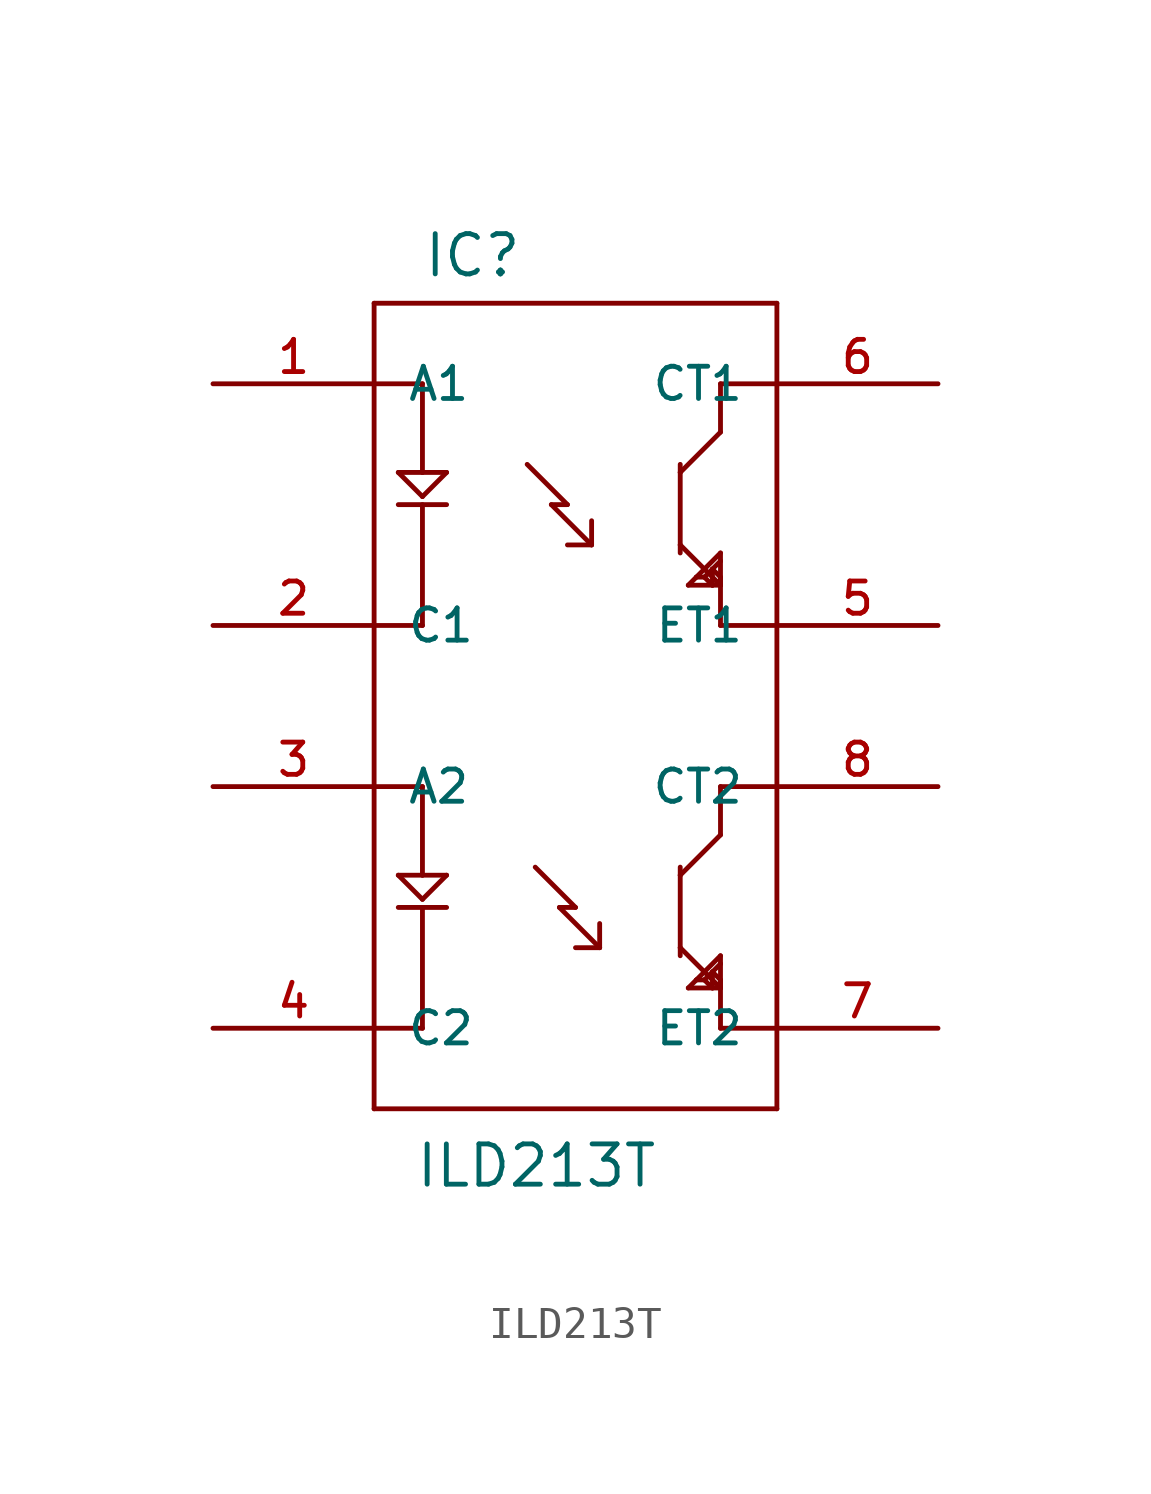
<source format=kicad_sym>
(kicad_symbol_lib
  (version 20211014)
  (generator kicad_symbol_editor)
  (symbol "ILD213T"
    (pin_names
      (offset 1.016))
    (property "Reference" "IC"
      (at 1.524 26.162 0)
      (effects (font (size 1.27 1.27)) (justify left bottom)))
    (property "Value" "ILD213T"
      (at 1.27 -2.54 0)
      (effects (font (size 1.27 1.27)) (justify left bottom)))
    (property "ki_locked" ""
      (at 0 0 0)
      (effects (font (size 1.27 1.27))))
    (symbol "ILD213T_1_0"
      (polyline (pts (xy 0 0) (xy 12.7 0)) (stroke (width 0) (type default) (color 0 0 0 0)) (fill (type none)))
      (polyline (pts (xy 0 10.16) (xy 1.524 10.16)) (stroke (width 0) (type default) (color 0 0 0 0)) (fill (type none)))
      (polyline (pts (xy 0 15.24) (xy 0 0)) (stroke (width 0) (type default) (color 0 0 0 0)) (fill (type none)))
      (polyline (pts (xy 0 22.86) (xy 0 15.24)) (stroke (width 0) (type default) (color 0 0 0 0)) (fill (type none)))
      (polyline (pts (xy 0 22.86) (xy 1.524 22.86)) (stroke (width 0) (type default) (color 0 0 0 0)) (fill (type none)))
      (polyline (pts (xy 0 25.4) (xy 0 22.86)) (stroke (width 0) (type default) (color 0 0 0 0)) (fill (type none)))
      (polyline (pts (xy 0.762 6.35) (xy 2.286 6.35)) (stroke (width 0) (type default) (color 0 0 0 0)) (fill (type none)))
      (polyline (pts (xy 0.762 7.366) (xy 1.524 6.604)) (stroke (width 0) (type default) (color 0 0 0 0)) (fill (type none)))
      (polyline (pts (xy 0.762 19.05) (xy 2.286 19.05)) (stroke (width 0) (type default) (color 0 0 0 0)) (fill (type none)))
      (polyline (pts (xy 0.762 20.066) (xy 1.524 19.304)) (stroke (width 0) (type default) (color 0 0 0 0)) (fill (type none)))
      (polyline (pts (xy 1.524 2.54) (xy 0 2.54)) (stroke (width 0) (type default) (color 0 0 0 0)) (fill (type none)))
      (polyline (pts (xy 1.524 6.35) (xy 1.524 2.54)) (stroke (width 0) (type default) (color 0 0 0 0)) (fill (type none)))
      (polyline (pts (xy 1.524 6.604) (xy 2.286 7.366)) (stroke (width 0) (type default) (color 0 0 0 0)) (fill (type none)))
      (polyline (pts (xy 1.524 7.366) (xy 0.762 7.366)) (stroke (width 0) (type default) (color 0 0 0 0)) (fill (type none)))
      (polyline (pts (xy 1.524 7.366) (xy 2.286 7.366)) (stroke (width 0) (type default) (color 0 0 0 0)) (fill (type none)))
      (polyline (pts (xy 1.524 10.16) (xy 1.524 7.366)) (stroke (width 0) (type default) (color 0 0 0 0)) (fill (type none)))
      (polyline (pts (xy 1.524 15.24) (xy 0 15.24)) (stroke (width 0) (type default) (color 0 0 0 0)) (fill (type none)))
      (polyline (pts (xy 1.524 19.05) (xy 1.524 15.24)) (stroke (width 0) (type default) (color 0 0 0 0)) (fill (type none)))
      (polyline (pts (xy 1.524 19.304) (xy 2.286 20.066)) (stroke (width 0) (type default) (color 0 0 0 0)) (fill (type none)))
      (polyline (pts (xy 1.524 20.066) (xy 0.762 20.066)) (stroke (width 0) (type default) (color 0 0 0 0)) (fill (type none)))
      (polyline (pts (xy 1.524 20.066) (xy 2.286 20.066)) (stroke (width 0) (type default) (color 0 0 0 0)) (fill (type none)))
      (polyline (pts (xy 1.524 22.86) (xy 1.524 20.066)) (stroke (width 0) (type default) (color 0 0 0 0)) (fill (type none)))
      (polyline (pts (xy 4.826 20.32) (xy 6.096 19.05)) (stroke (width 0) (type default) (color 0 0 0 0)) (fill (type none)))
      (polyline (pts (xy 5.08 7.62) (xy 6.35 6.35)) (stroke (width 0) (type default) (color 0 0 0 0)) (fill (type none)))
      (polyline (pts (xy 5.588 19.05) (xy 6.858 17.78)) (stroke (width 0) (type default) (color 0 0 0 0)) (fill (type none)))
      (polyline (pts (xy 5.842 6.35) (xy 7.112 5.08)) (stroke (width 0) (type default) (color 0 0 0 0)) (fill (type none)))
      (polyline (pts (xy 6.096 19.05) (xy 5.588 19.05)) (stroke (width 0) (type default) (color 0 0 0 0)) (fill (type none)))
      (polyline (pts (xy 6.35 6.35) (xy 5.842 6.35)) (stroke (width 0) (type default) (color 0 0 0 0)) (fill (type none)))
      (polyline (pts (xy 6.858 17.78) (xy 6.096 17.78)) (stroke (width 0) (type default) (color 0 0 0 0)) (fill (type none)))
      (polyline (pts (xy 6.858 17.78) (xy 6.858 18.542)) (stroke (width 0) (type default) (color 0 0 0 0)) (fill (type none)))
      (polyline (pts (xy 7.112 5.08) (xy 6.35 5.08)) (stroke (width 0) (type default) (color 0 0 0 0)) (fill (type none)))
      (polyline (pts (xy 7.112 5.08) (xy 7.112 5.842)) (stroke (width 0) (type default) (color 0 0 0 0)) (fill (type none)))
      (polyline (pts (xy 9.652 5.08) (xy 9.652 4.826)) (stroke (width 0) (type default) (color 0 0 0 0)) (fill (type none)))
      (polyline (pts (xy 9.652 5.08) (xy 10.922 3.81)) (stroke (width 0) (type default) (color 0 0 0 0)) (fill (type none)))
      (polyline (pts (xy 9.652 7.366) (xy 9.652 5.08)) (stroke (width 0) (type default) (color 0 0 0 0)) (fill (type none)))
      (polyline (pts (xy 9.652 7.366) (xy 9.652 7.62)) (stroke (width 0) (type default) (color 0 0 0 0)) (fill (type none)))
      (polyline (pts (xy 9.652 17.78) (xy 9.652 17.526)) (stroke (width 0) (type default) (color 0 0 0 0)) (fill (type none)))
      (polyline (pts (xy 9.652 17.78) (xy 10.922 16.51)) (stroke (width 0) (type default) (color 0 0 0 0)) (fill (type none)))
      (polyline (pts (xy 9.652 20.066) (xy 9.652 17.78)) (stroke (width 0) (type default) (color 0 0 0 0)) (fill (type none)))
      (polyline (pts (xy 9.652 20.066) (xy 9.652 20.32)) (stroke (width 0) (type default) (color 0 0 0 0)) (fill (type none)))
      (polyline (pts (xy 9.906 3.81) (xy 10.668 3.81)) (stroke (width 0) (type default) (color 0 0 0 0)) (fill (type none)))
      (polyline (pts (xy 9.906 16.51) (xy 10.668 16.51)) (stroke (width 0) (type default) (color 0 0 0 0)) (fill (type none)))
      (polyline (pts (xy 10.16 4.064) (xy 9.906 3.81)) (stroke (width 0) (type default) (color 0 0 0 0)) (fill (type none)))
      (polyline (pts (xy 10.16 4.064) (xy 10.414 4.064)) (stroke (width 0) (type default) (color 0 0 0 0)) (fill (type none)))
      (polyline (pts (xy 10.16 16.764) (xy 9.906 16.51)) (stroke (width 0) (type default) (color 0 0 0 0)) (fill (type none)))
      (polyline (pts (xy 10.16 16.764) (xy 10.414 16.764)) (stroke (width 0) (type default) (color 0 0 0 0)) (fill (type none)))
      (polyline (pts (xy 10.414 4.064) (xy 10.668 3.81)) (stroke (width 0) (type default) (color 0 0 0 0)) (fill (type none)))
      (polyline (pts (xy 10.414 16.764) (xy 10.668 16.51)) (stroke (width 0) (type default) (color 0 0 0 0)) (fill (type none)))
      (polyline (pts (xy 10.668 3.81) (xy 10.668 4.318)) (stroke (width 0) (type default) (color 0 0 0 0)) (fill (type none)))
      (polyline (pts (xy 10.668 3.81) (xy 10.922 3.81)) (stroke (width 0) (type default) (color 0 0 0 0)) (fill (type none)))
      (polyline (pts (xy 10.668 4.318) (xy 10.414 4.064)) (stroke (width 0) (type default) (color 0 0 0 0)) (fill (type none)))
      (polyline (pts (xy 10.668 4.318) (xy 10.922 4.572)) (stroke (width 0) (type default) (color 0 0 0 0)) (fill (type none)))
      (polyline (pts (xy 10.668 16.51) (xy 10.668 17.018)) (stroke (width 0) (type default) (color 0 0 0 0)) (fill (type none)))
      (polyline (pts (xy 10.668 16.51) (xy 10.922 16.51)) (stroke (width 0) (type default) (color 0 0 0 0)) (fill (type none)))
      (polyline (pts (xy 10.668 17.018) (xy 10.414 16.764)) (stroke (width 0) (type default) (color 0 0 0 0)) (fill (type none)))
      (polyline (pts (xy 10.668 17.018) (xy 10.922 17.272)) (stroke (width 0) (type default) (color 0 0 0 0)) (fill (type none)))
      (polyline (pts (xy 10.922 2.54) (xy 12.7 2.54)) (stroke (width 0) (type default) (color 0 0 0 0)) (fill (type none)))
      (polyline (pts (xy 10.922 3.81) (xy 10.922 2.54)) (stroke (width 0) (type default) (color 0 0 0 0)) (fill (type none)))
      (polyline (pts (xy 10.922 3.81) (xy 10.922 4.064)) (stroke (width 0) (type default) (color 0 0 0 0)) (fill (type none)))
      (polyline (pts (xy 10.922 3.81) (xy 10.922 4.572)) (stroke (width 0) (type default) (color 0 0 0 0)) (fill (type none)))
      (polyline (pts (xy 10.922 4.064) (xy 10.668 4.318)) (stroke (width 0) (type default) (color 0 0 0 0)) (fill (type none)))
      (polyline (pts (xy 10.922 4.572) (xy 10.922 4.826)) (stroke (width 0) (type default) (color 0 0 0 0)) (fill (type none)))
      (polyline (pts (xy 10.922 4.826) (xy 10.16 4.064)) (stroke (width 0) (type default) (color 0 0 0 0)) (fill (type none)))
      (polyline (pts (xy 10.922 8.636) (xy 9.652 7.366)) (stroke (width 0) (type default) (color 0 0 0 0)) (fill (type none)))
      (polyline (pts (xy 10.922 10.16) (xy 10.922 8.636)) (stroke (width 0) (type default) (color 0 0 0 0)) (fill (type none)))
      (polyline (pts (xy 10.922 15.24) (xy 12.7 15.24)) (stroke (width 0) (type default) (color 0 0 0 0)) (fill (type none)))
      (polyline (pts (xy 10.922 16.51) (xy 10.922 15.24)) (stroke (width 0) (type default) (color 0 0 0 0)) (fill (type none)))
      (polyline (pts (xy 10.922 16.51) (xy 10.922 16.764)) (stroke (width 0) (type default) (color 0 0 0 0)) (fill (type none)))
      (polyline (pts (xy 10.922 16.51) (xy 10.922 17.272)) (stroke (width 0) (type default) (color 0 0 0 0)) (fill (type none)))
      (polyline (pts (xy 10.922 16.764) (xy 10.668 17.018)) (stroke (width 0) (type default) (color 0 0 0 0)) (fill (type none)))
      (polyline (pts (xy 10.922 17.272) (xy 10.922 17.526)) (stroke (width 0) (type default) (color 0 0 0 0)) (fill (type none)))
      (polyline (pts (xy 10.922 17.526) (xy 10.16 16.764)) (stroke (width 0) (type default) (color 0 0 0 0)) (fill (type none)))
      (polyline (pts (xy 10.922 21.336) (xy 9.652 20.066)) (stroke (width 0) (type default) (color 0 0 0 0)) (fill (type none)))
      (polyline (pts (xy 10.922 22.86) (xy 10.922 21.336)) (stroke (width 0) (type default) (color 0 0 0 0)) (fill (type none)))
      (polyline (pts (xy 12.7 0) (xy 12.7 15.24)) (stroke (width 0) (type default) (color 0 0 0 0)) (fill (type none)))
      (polyline (pts (xy 12.7 10.16) (xy 10.922 10.16)) (stroke (width 0) (type default) (color 0 0 0 0)) (fill (type none)))
      (polyline (pts (xy 12.7 15.24) (xy 12.7 22.86)) (stroke (width 0) (type default) (color 0 0 0 0)) (fill (type none)))
      (polyline (pts (xy 12.7 22.86) (xy 10.922 22.86)) (stroke (width 0) (type default) (color 0 0 0 0)) (fill (type none)))
      (polyline (pts (xy 12.7 22.86) (xy 12.7 25.4)) (stroke (width 0) (type default) (color 0 0 0 0)) (fill (type none)))
      (polyline (pts (xy 12.7 25.4) (xy 0 25.4)) (stroke (width 0) (type default) (color 0 0 0 0)) (fill (type none))))
    (symbol "ILD213T_1_1"
      (pin bidirectional line (at -5.08 22.86 0) (length 5.08) (name "A1" (effects (font (size 1.016 1.016)))) (number "1" (effects (font (size 1.016 1.016)))))
      (pin bidirectional line (at -5.08 15.24 0) (length 5.08) (name "C1" (effects (font (size 1.016 1.016)))) (number "2" (effects (font (size 1.016 1.016)))))
      (pin bidirectional line (at -5.08 10.16 0) (length 5.08) (name "A2" (effects (font (size 1.016 1.016)))) (number "3" (effects (font (size 1.016 1.016)))))
      (pin bidirectional line (at -5.08 2.54 0) (length 5.08) (name "C2" (effects (font (size 1.016 1.016)))) (number "4" (effects (font (size 1.016 1.016)))))
      (pin bidirectional line (at 17.78 15.24 180) (length 5.08) (name "ET1" (effects (font (size 1.016 1.016)))) (number "5" (effects (font (size 1.016 1.016)))))
      (pin bidirectional line (at 17.78 22.86 180) (length 5.08) (name "CT1" (effects (font (size 1.016 1.016)))) (number "6" (effects (font (size 1.016 1.016)))))
      (pin bidirectional line (at 17.78 2.54 180) (length 5.08) (name "ET2" (effects (font (size 1.016 1.016)))) (number "7" (effects (font (size 1.016 1.016)))))
      (pin bidirectional line (at 17.78 10.16 180) (length 5.08) (name "CT2" (effects (font (size 1.016 1.016)))) (number "8" (effects (font (size 1.016 1.016))))))))
</source>
